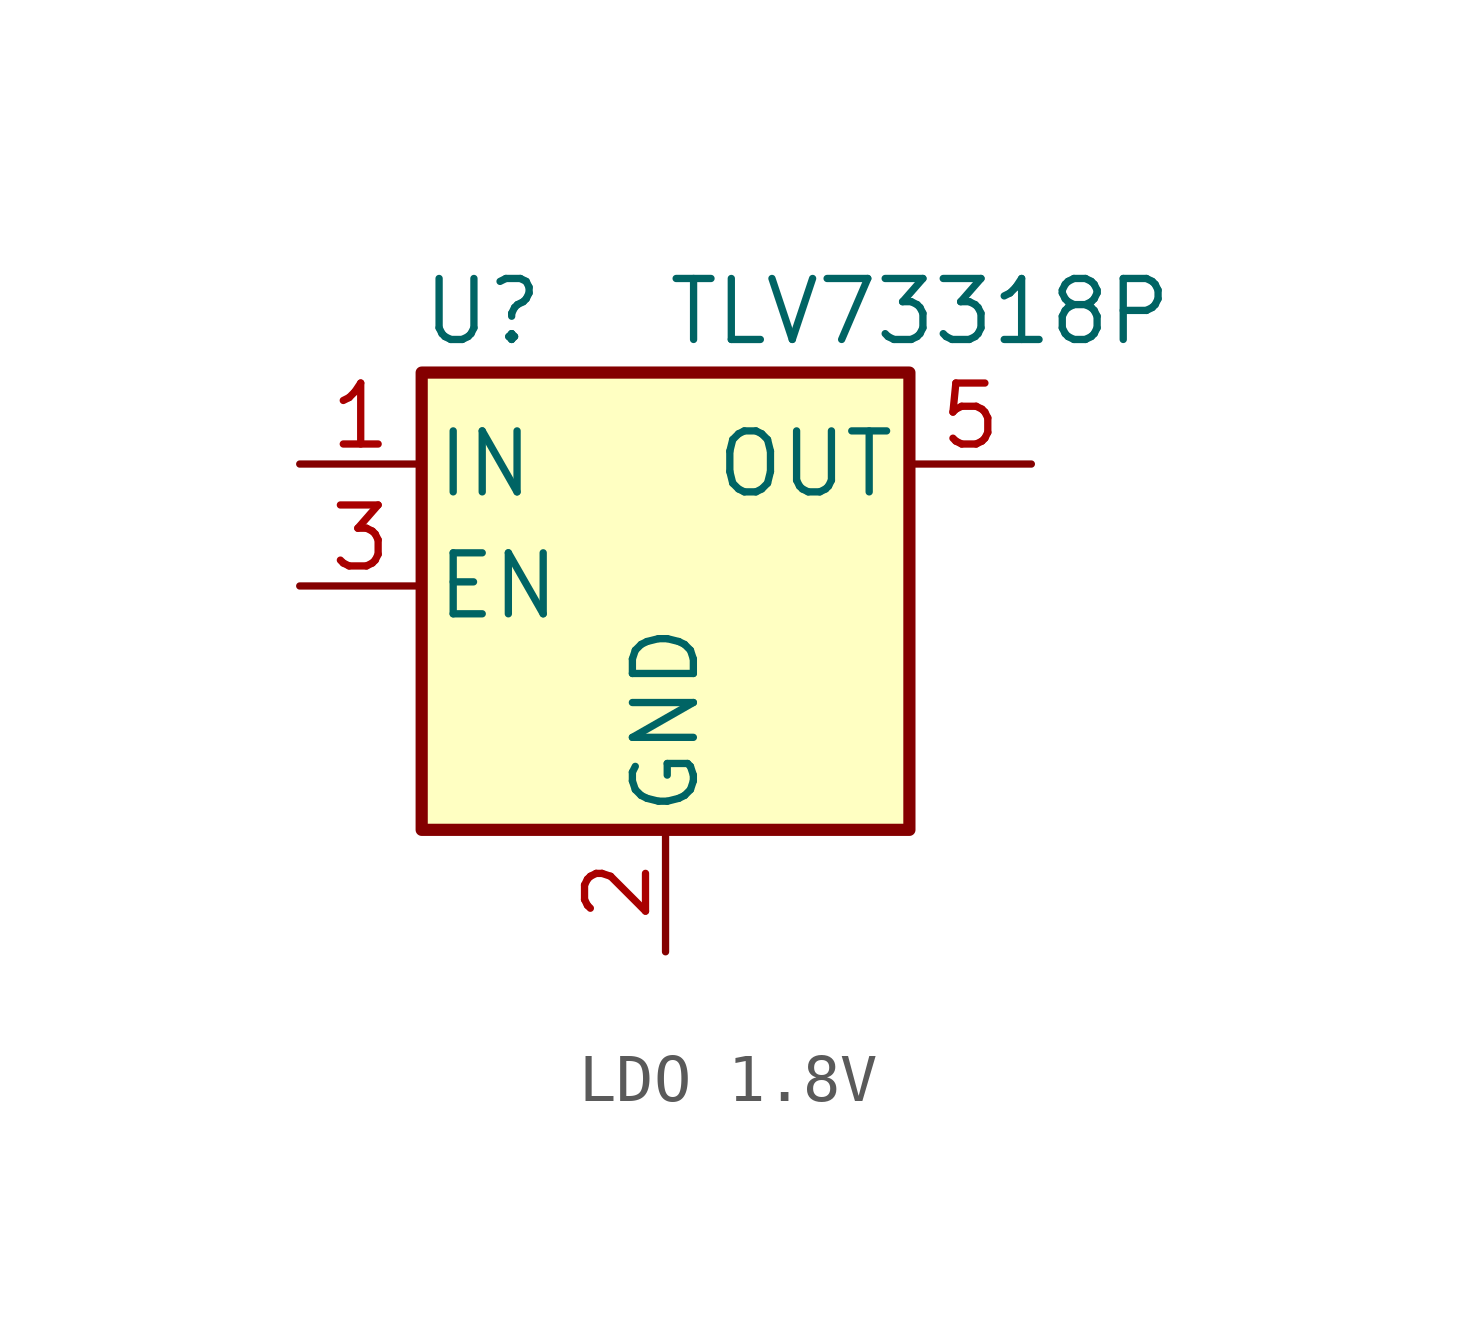
<source format=kicad_sym>
(kicad_symbol_lib
  (version 20231120)
  (generator "kicad_symbol_editor")
  (generator_version "8.0")
  (symbol "LDO 1.8V"
    (pin_names
      (offset 0.254))
    (property "Reference" "U"
      (at -3.81 5.715 0)
      (effects (font (size 1.27 1.27))))
    (property "Value" "TLV73318P"
      (at 0 5.715 0)
      (effects (font (size 1.27 1.27)) (justify left)))
    (symbol "LDO 1.8V_1_1"
      (rectangle (start -5.08 4.445) (end 5.08 -5.08) (stroke (width 0.254) (type default)) (fill (type background)))
      (pin power_in line (at -7.62 2.54 0) (length 2.54) (name "IN" (effects (font (size 1.27 1.27)))) (number "1" (effects (font (size 1.27 1.27)))))
      (pin power_in line (at 0 -7.62 90) (length 2.54) (name "GND" (effects (font (size 1.27 1.27)))) (number "2" (effects (font (size 1.27 1.27)))))
      (pin input line (at -7.62 0 0) (length 2.54) (name "EN" (effects (font (size 1.27 1.27)))) (number "3" (effects (font (size 1.27 1.27)))))
      (pin passive line (at 0 -7.62 90) (length 2.54) hide (name "NC" (effects (font (size 1.27 1.27)))) (number "4" (effects (font (size 1.27 1.27)))))
      (pin power_out line (at 7.62 2.54 180) (length 2.54) (name "OUT" (effects (font (size 1.27 1.27)))) (number "5" (effects (font (size 1.27 1.27))))))))
</source>
